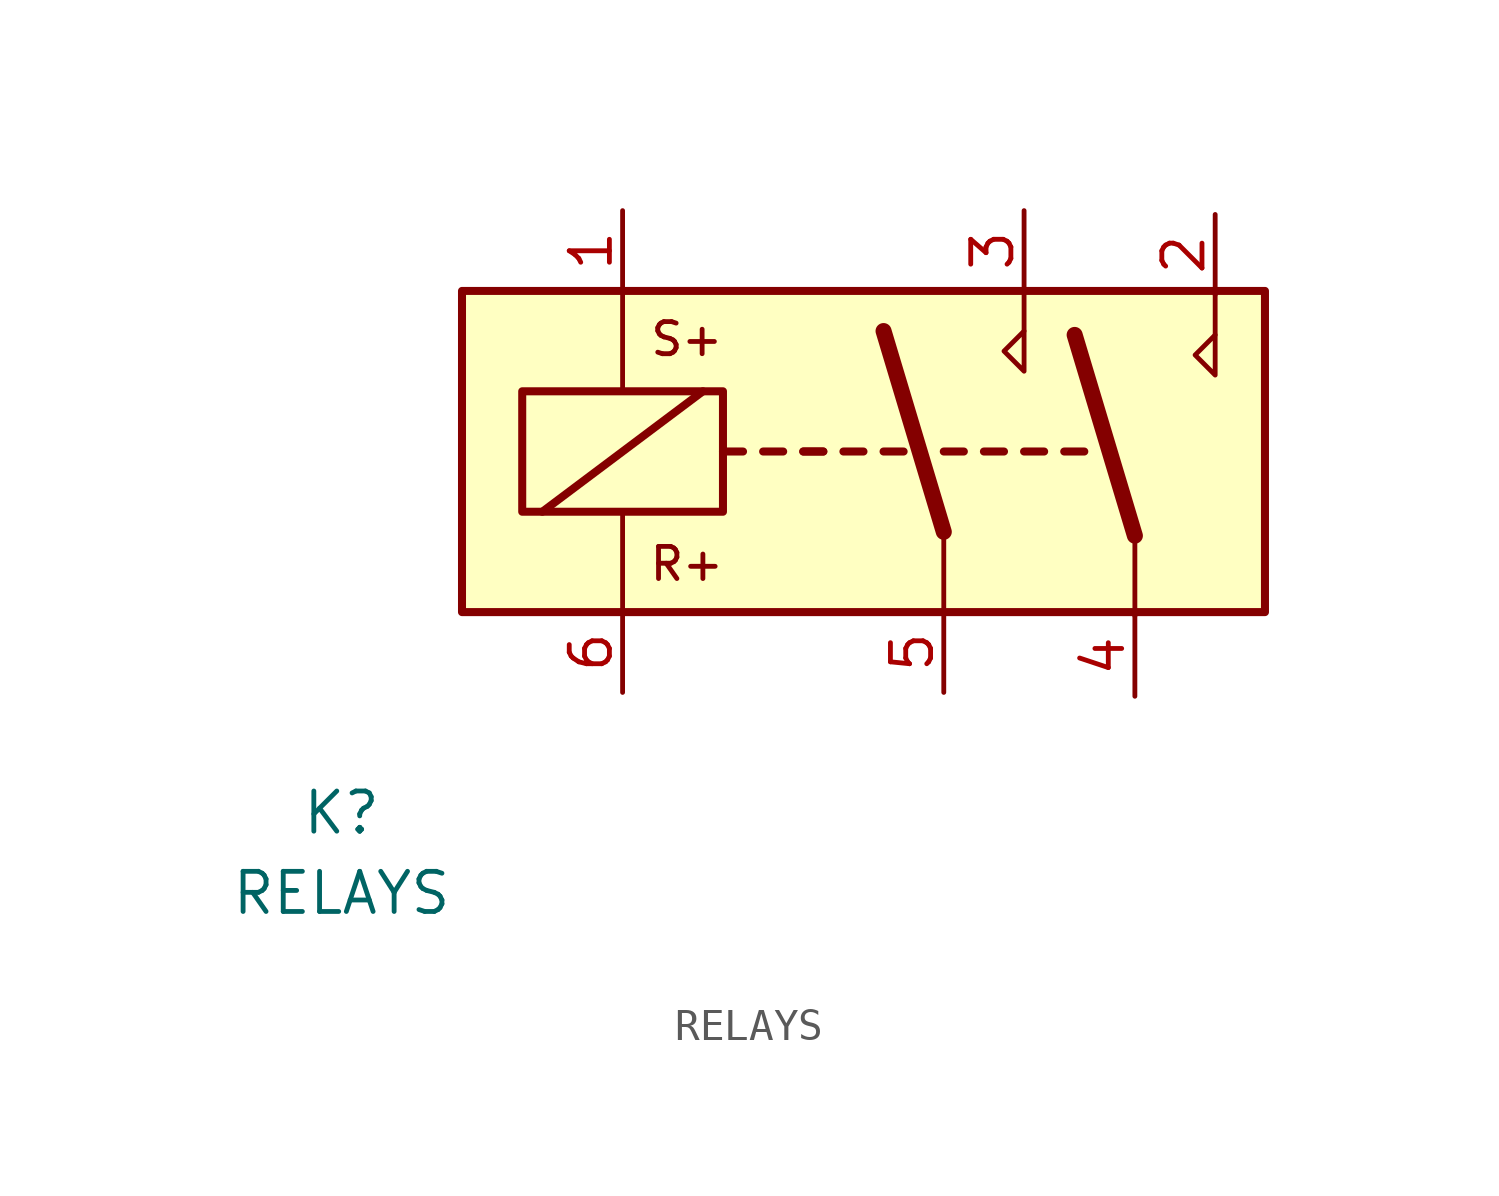
<source format=kicad_sym>
(kicad_symbol_lib
  (version 20220914)
  (generator kicad_symbol_editor)
  (symbol "RELAYS"
    (property "Reference" "K"
      (at -13.97 -11.43 0)
      (effects (font (size 1.27 1.27))))
    (property "Value" "RELAYS"
      (at -13.97 -13.97 0)
      (effects (font (size 1.27 1.27))))
    (symbol "RELAYS_1_1"
      (rectangle (start -10.16 5.08) (end 15.24 -5.08) (stroke (width 0.254) (type default)) (fill (type background)))
      (rectangle (start -8.255 1.905) (end -1.905 -1.905) (stroke (width 0.254) (type default)) (fill (type none)))
      (polyline (pts (xy -7.62 -1.905) (xy -2.54 1.905)) (stroke (width 0.254) (type default)) (fill (type none)))
      (polyline (pts (xy -5.08 -5.08) (xy -5.08 -1.905)) (stroke (width 0) (type default)) (fill (type none)))
      (polyline (pts (xy -5.08 5.08) (xy -5.08 1.905)) (stroke (width 0) (type default)) (fill (type none)))
      (polyline (pts (xy -1.905 0) (xy -1.27 0)) (stroke (width 0.254) (type default)) (fill (type none)))
      (polyline (pts (xy -0.635 0) (xy 0 0)) (stroke (width 0.254) (type default)) (fill (type none)))
      (polyline (pts (xy 0.635 0) (xy 1.27 0)) (stroke (width 0.254) (type default)) (fill (type none)))
      (polyline (pts (xy 0.635 0) (xy 1.27 0)) (stroke (width 0.254) (type default)) (fill (type none)))
      (polyline (pts (xy 1.905 0) (xy 2.54 0)) (stroke (width 0.254) (type default)) (fill (type none)))
      (polyline (pts (xy 3.175 0) (xy 3.81 0)) (stroke (width 0.254) (type default)) (fill (type none)))
      (polyline (pts (xy 5.08 -2.54) (xy 3.175 3.81)) (stroke (width 0.508) (type default)) (fill (type none)))
      (polyline (pts (xy 5.08 -2.54) (xy 5.08 -5.08)) (stroke (width 0) (type default)) (fill (type none)))
      (polyline (pts (xy 5.08 0) (xy 5.715 0)) (stroke (width 0.254) (type default)) (fill (type none)))
      (polyline (pts (xy 6.35 0) (xy 6.985 0)) (stroke (width 0.254) (type default)) (fill (type none)))
      (polyline (pts (xy 7.62 0) (xy 8.255 0)) (stroke (width 0.254) (type default)) (fill (type none)))
      (polyline (pts (xy 7.62 3.81) (xy 7.62 5.08)) (stroke (width 0) (type default)) (fill (type none)))
      (polyline (pts (xy 8.89 0) (xy 9.525 0)) (stroke (width 0.254) (type default)) (fill (type none)))
      (polyline (pts (xy 11.125 -2.662) (xy 9.22 3.688)) (stroke (width 0.508) (type default)) (fill (type none)))
      (polyline (pts (xy 11.125 -2.662) (xy 11.125 -5.202)) (stroke (width 0) (type default)) (fill (type none)))
      (polyline (pts (xy 13.665 3.688) (xy 13.665 4.958)) (stroke (width 0) (type default)) (fill (type none)))
      (polyline (pts (xy 7.62 3.81) (xy 7.62 2.54) (xy 6.985 3.175) (xy 7.62 3.81)) (stroke (width 0) (type default)) (fill (type none)))
      (polyline (pts (xy 13.665 3.688) (xy 13.665 2.418) (xy 13.03 3.053) (xy 13.665 3.688)) (stroke (width 0) (type default)) (fill (type none)))
      (text "R+" (at -3.048 -3.556 0) (effects (font (size 1.016 1.016))))
      (text "S+" (at -3.048 3.556 0) (effects (font (size 1.016 1.016))))
      (pin passive line (at -5.08 7.62 270) (length 2.54) (name "~" (effects (font (size 1.27 1.27)))) (number "1" (effects (font (size 1.27 1.27)))))
      (pin passive line (at 13.665 7.498 270) (length 2.54) (name "~" (effects (font (size 1.27 1.27)))) (number "2" (effects (font (size 1.27 1.27)))))
      (pin passive line (at 7.62 7.62 270) (length 2.54) (name "~" (effects (font (size 1.27 1.27)))) (number "3" (effects (font (size 1.27 1.27)))))
      (pin passive line (at 11.125 -7.742 90) (length 2.54) (name "~" (effects (font (size 1.27 1.27)))) (number "4" (effects (font (size 1.27 1.27)))))
      (pin passive line (at 5.08 -7.62 90) (length 2.54) (name "~" (effects (font (size 1.27 1.27)))) (number "5" (effects (font (size 1.27 1.27)))))
      (pin passive line (at -5.08 -7.62 90) (length 2.54) (name "~" (effects (font (size 1.27 1.27)))) (number "6" (effects (font (size 1.27 1.27))))))))
</source>
